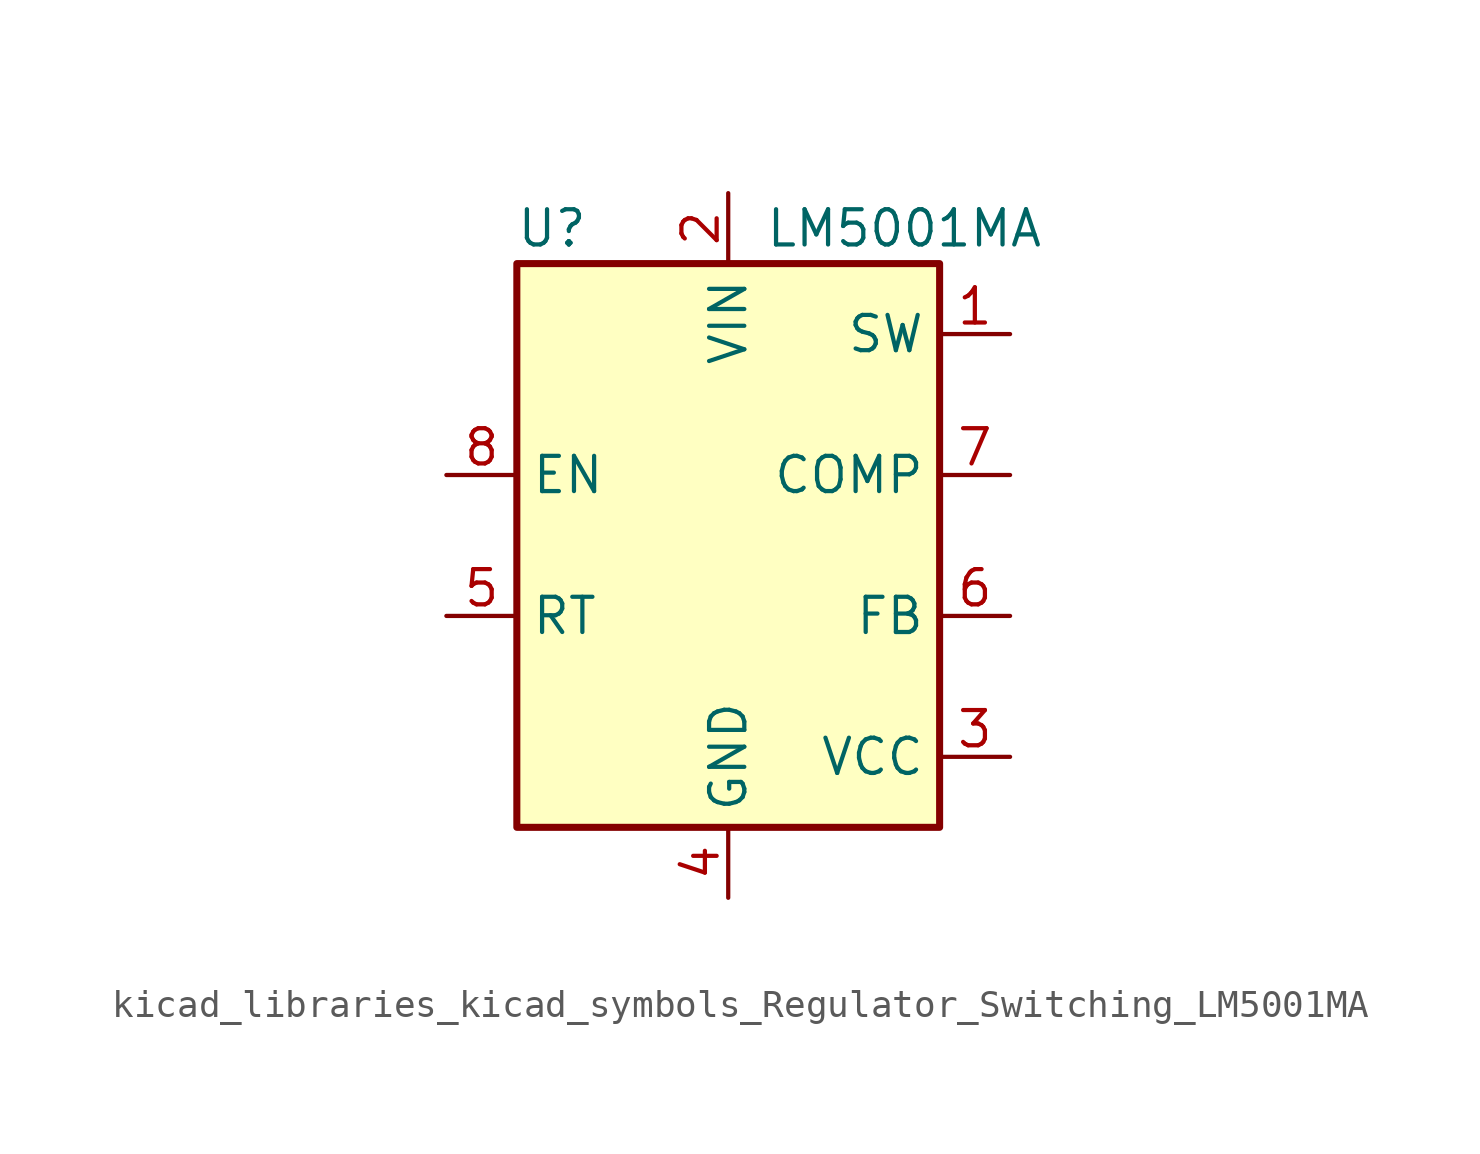
<source format=kicad_sym>
(kicad_symbol_lib
  (version 20220914)
  (generator kicad_symbol_editor)
  (symbol "kicad_libraries_kicad_symbols_Regulator_Switching_LM5001MA"
    (property "Reference" "U"
      (at -6.35 11.43 0)
      (effects (font (size 1.27 1.27))))
    (property "Value" "LM5001MA"
      (at 6.35 11.43 0)
      (effects (font (size 1.27 1.27))))
    (symbol "kicad_libraries_kicad_symbols_Regulator_Switching_LM5001MA_0_1"
      (rectangle (start -7.62 10.16) (end 7.62 -10.16) (stroke (width 0.254) (type default)) (fill (type background))))
    (symbol "kicad_libraries_kicad_symbols_Regulator_Switching_LM5001MA_1_1"
      (pin open_collector line (at 10.16 7.62 180) (length 2.54) (name "SW" (effects (font (size 1.27 1.27)))) (number "1" (effects (font (size 1.27 1.27)))))
      (pin power_in line (at 0 12.7 270) (length 2.54) (name "VIN" (effects (font (size 1.27 1.27)))) (number "2" (effects (font (size 1.27 1.27)))))
      (pin passive line (at 10.16 -7.62 180) (length 2.54) (name "VCC" (effects (font (size 1.27 1.27)))) (number "3" (effects (font (size 1.27 1.27)))))
      (pin power_in line (at 0 -12.7 90) (length 2.54) (name "GND" (effects (font (size 1.27 1.27)))) (number "4" (effects (font (size 1.27 1.27)))))
      (pin passive line (at -10.16 -2.54 0) (length 2.54) (name "RT" (effects (font (size 1.27 1.27)))) (number "5" (effects (font (size 1.27 1.27)))))
      (pin input line (at 10.16 -2.54 180) (length 2.54) (name "FB" (effects (font (size 1.27 1.27)))) (number "6" (effects (font (size 1.27 1.27)))))
      (pin open_collector line (at 10.16 2.54 180) (length 2.54) (name "COMP" (effects (font (size 1.27 1.27)))) (number "7" (effects (font (size 1.27 1.27)))))
      (pin input line (at -10.16 2.54 0) (length 2.54) (name "EN" (effects (font (size 1.27 1.27)))) (number "8" (effects (font (size 1.27 1.27))))))))
</source>
